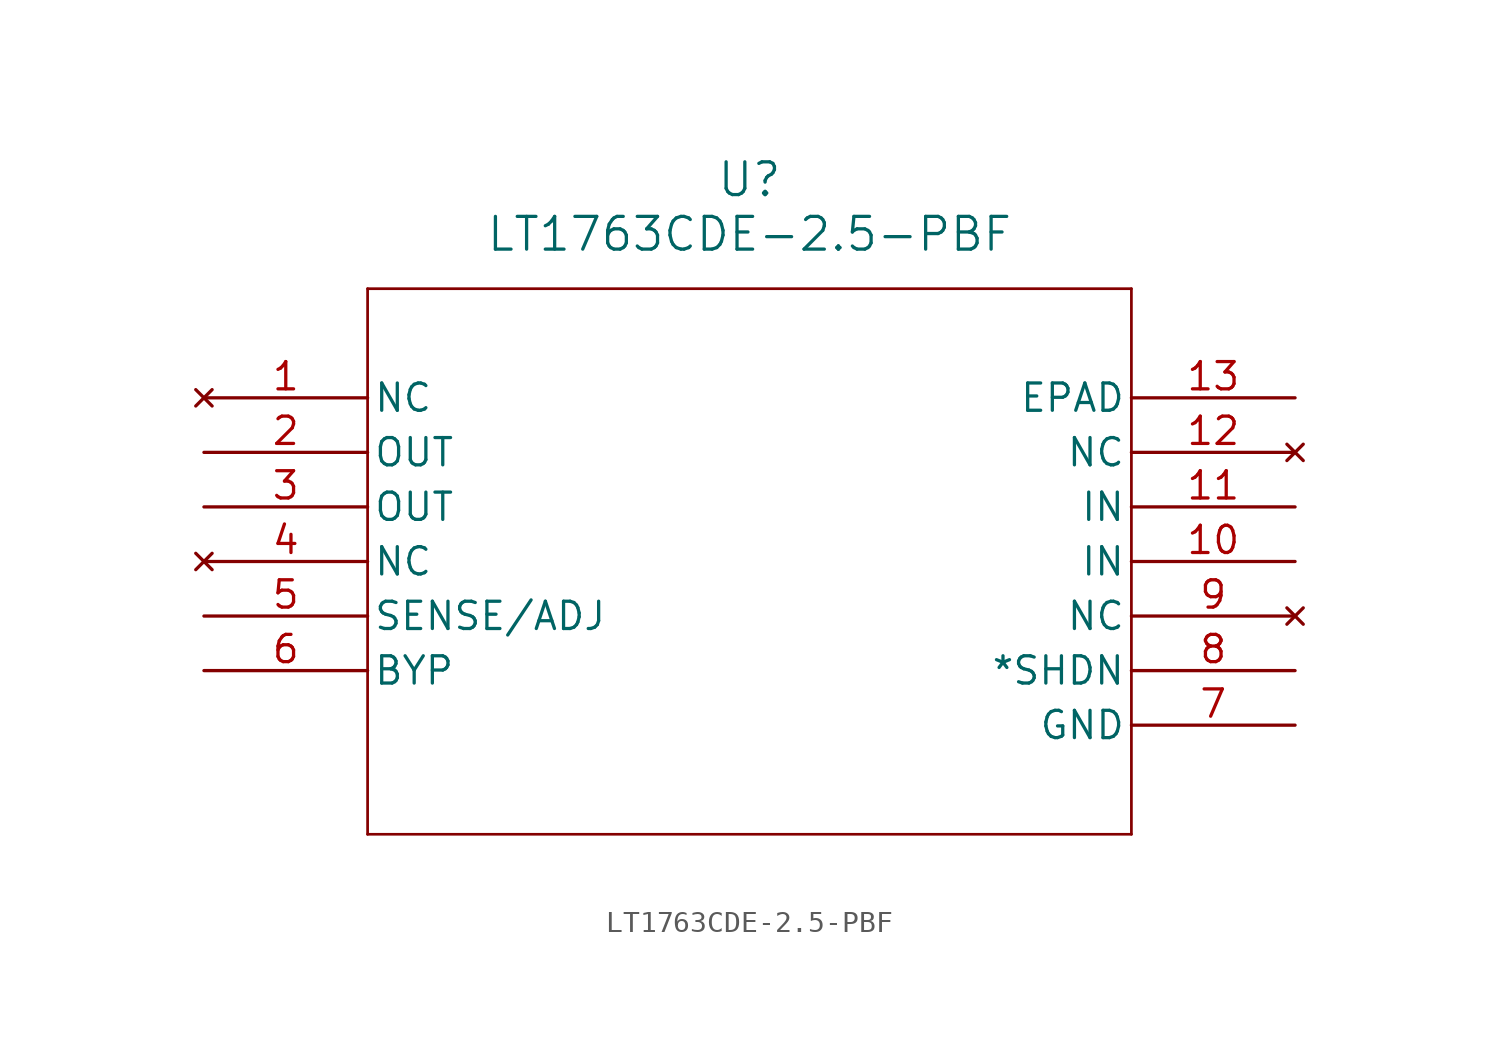
<source format=kicad_sym>
(kicad_symbol_lib
  (version 20211014)
  (generator kicad_symbol_editor)
  (symbol "LT1763CDE-2.5-PBF"
    (pin_names
      (offset 0.254))
    (property "Reference" "U"
      (at 25.4 10.16 0)
      (effects (font (size 1.524 1.524))))
    (property "Value" "LT1763CDE-2.5-PBF"
      (at 25.4 7.62 0)
      (effects (font (size 1.524 1.524))))
    (symbol "LT1763CDE-2.5-PBF_0_1"
      (polyline (pts (xy 7.62 5.08) (xy 7.62 -20.32)) (stroke (width 0.127) (type default) (color 0 0 0 0)) (fill (type none)))
      (polyline (pts (xy 7.62 -20.32) (xy 43.18 -20.32)) (stroke (width 0.127) (type default) (color 0 0 0 0)) (fill (type none)))
      (polyline (pts (xy 43.18 -20.32) (xy 43.18 5.08)) (stroke (width 0.127) (type default) (color 0 0 0 0)) (fill (type none)))
      (polyline (pts (xy 43.18 5.08) (xy 7.62 5.08)) (stroke (width 0.127) (type default) (color 0 0 0 0)) (fill (type none)))
      (pin no_connect line (at 0 0 0) (length 7.62) (name "NC" (effects (font (size 1.27 1.27)))) (number "1" (effects (font (size 1.27 1.27)))))
      (pin output line (at 0 -2.54 0) (length 7.62) (name "OUT" (effects (font (size 1.27 1.27)))) (number "2" (effects (font (size 1.27 1.27)))))
      (pin output line (at 0 -5.08 0) (length 7.62) (name "OUT" (effects (font (size 1.27 1.27)))) (number "3" (effects (font (size 1.27 1.27)))))
      (pin no_connect line (at 0 -7.62 0) (length 7.62) (name "NC" (effects (font (size 1.27 1.27)))) (number "4" (effects (font (size 1.27 1.27)))))
      (pin bidirectional line (at 0 -10.16 0) (length 7.62) (name "SENSE/ADJ" (effects (font (size 1.27 1.27)))) (number "5" (effects (font (size 1.27 1.27)))))
      (pin unspecified line (at 0 -12.7 0) (length 7.62) (name "BYP" (effects (font (size 1.27 1.27)))) (number "6" (effects (font (size 1.27 1.27)))))
      (pin power_in line (at 50.8 -15.24 180) (length 7.62) (name "GND" (effects (font (size 1.27 1.27)))) (number "7" (effects (font (size 1.27 1.27)))))
      (pin unspecified line (at 50.8 -12.7 180) (length 7.62) (name "*SHDN" (effects (font (size 1.27 1.27)))) (number "8" (effects (font (size 1.27 1.27)))))
      (pin no_connect line (at 50.8 -10.16 180) (length 7.62) (name "NC" (effects (font (size 1.27 1.27)))) (number "9" (effects (font (size 1.27 1.27)))))
      (pin input line (at 50.8 -7.62 180) (length 7.62) (name "IN" (effects (font (size 1.27 1.27)))) (number "10" (effects (font (size 1.27 1.27)))))
      (pin input line (at 50.8 -5.08 180) (length 7.62) (name "IN" (effects (font (size 1.27 1.27)))) (number "11" (effects (font (size 1.27 1.27)))))
      (pin no_connect line (at 50.8 -2.54 180) (length 7.62) (name "NC" (effects (font (size 1.27 1.27)))) (number "12" (effects (font (size 1.27 1.27)))))
      (pin unspecified line (at 50.8 0 180) (length 7.62) (name "EPAD" (effects (font (size 1.27 1.27)))) (number "13" (effects (font (size 1.27 1.27))))))))
</source>
